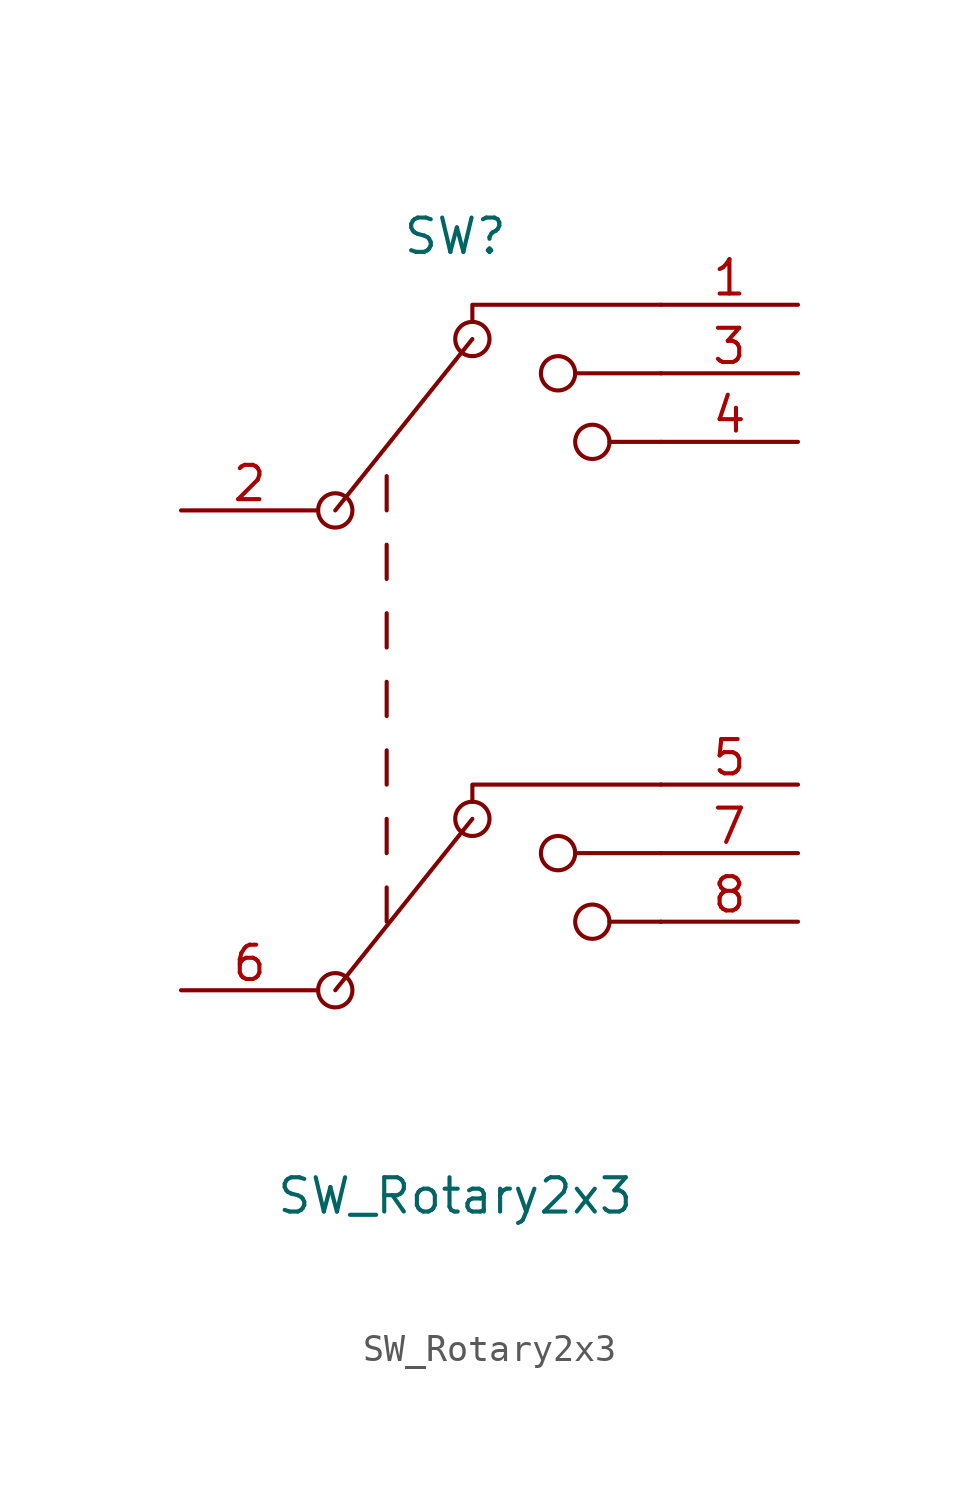
<source format=kicad_sym>
(kicad_symbol_lib
  (version 20211014)
  (generator kicad_symbol_editor)
  (symbol "SW_Rotary2x3"
    (pin_names
      (offset 1.016) hide)
    (property "Reference" "SW"
      (at 0 17.78 0)
      (effects (font (size 1.27 1.27))))
    (property "Value" "SW_Rotary2x3"
      (at 0 -17.78 0)
      (effects (font (size 1.27 1.27))))
    (symbol "SW_Rotary2x3_0_0"
      (circle (center -4.445 -10.16) (radius 0.635) (stroke (width 0) (type default) (color 0 0 0 0)) (fill (type none)))
      (circle (center -4.445 7.62) (radius 0.635) (stroke (width 0) (type default) (color 0 0 0 0)) (fill (type none)))
      (polyline (pts (xy -4.445 -10.16) (xy 0.635 -3.81)) (stroke (width 0) (type default) (color 0 0 0 0)) (fill (type none)))
      (polyline (pts (xy -4.445 7.62) (xy 0.635 13.97)) (stroke (width 0) (type default) (color 0 0 0 0)) (fill (type none)))
      (polyline (pts (xy -2.54 -7.62) (xy -2.54 -6.35)) (stroke (width 0) (type default) (color 0 0 0 0)) (fill (type none)))
      (polyline (pts (xy -2.54 -5.08) (xy -2.54 -3.81)) (stroke (width 0) (type default) (color 0 0 0 0)) (fill (type none)))
      (polyline (pts (xy -2.54 -2.54) (xy -2.54 -1.27)) (stroke (width 0) (type default) (color 0 0 0 0)) (fill (type none)))
      (polyline (pts (xy -2.54 0) (xy -2.54 1.27)) (stroke (width 0) (type default) (color 0 0 0 0)) (fill (type none)))
      (polyline (pts (xy -2.54 2.54) (xy -2.54 3.81)) (stroke (width 0) (type default) (color 0 0 0 0)) (fill (type none)))
      (polyline (pts (xy -2.54 5.08) (xy -2.54 6.35)) (stroke (width 0) (type default) (color 0 0 0 0)) (fill (type none)))
      (polyline (pts (xy -2.54 7.62) (xy -2.54 8.89)) (stroke (width 0) (type default) (color 0 0 0 0)) (fill (type none)))
      (polyline (pts (xy 4.445 -5.08) (xy 7.62 -5.08)) (stroke (width 0) (type default) (color 0 0 0 0)) (fill (type none)))
      (polyline (pts (xy 4.445 12.7) (xy 7.62 12.7)) (stroke (width 0) (type default) (color 0 0 0 0)) (fill (type none)))
      (polyline (pts (xy 5.715 -7.62) (xy 7.62 -7.62)) (stroke (width 0) (type default) (color 0 0 0 0)) (fill (type none)))
      (polyline (pts (xy 5.715 10.16) (xy 7.62 10.16)) (stroke (width 0) (type default) (color 0 0 0 0)) (fill (type none)))
      (polyline (pts (xy 0.635 -3.175) (xy 0.635 -2.54) (xy 7.62 -2.54)) (stroke (width 0) (type default) (color 0 0 0 0)) (fill (type none)))
      (polyline (pts (xy 0.635 14.605) (xy 0.635 15.24) (xy 7.62 15.24)) (stroke (width 0) (type default) (color 0 0 0 0)) (fill (type none)))
      (circle (center 0.635 -3.81) (radius 0.635) (stroke (width 0) (type default) (color 0 0 0 0)) (fill (type none)))
      (circle (center 0.635 13.97) (radius 0.635) (stroke (width 0) (type default) (color 0 0 0 0)) (fill (type none)))
      (circle (center 3.81 -5.08) (radius 0.635) (stroke (width 0) (type default) (color 0 0 0 0)) (fill (type none)))
      (circle (center 3.81 12.7) (radius 0.635) (stroke (width 0) (type default) (color 0 0 0 0)) (fill (type none)))
      (circle (center 5.08 -7.62) (radius 0.635) (stroke (width 0) (type default) (color 0 0 0 0)) (fill (type none)))
      (circle (center 5.08 10.16) (radius 0.635) (stroke (width 0) (type default) (color 0 0 0 0)) (fill (type none))))
    (symbol "SW_Rotary2x3_0_1"
      (pin passive line (at 12.7 15.24 180) (length 5.08) (name "1-1" (effects (font (size 1.27 1.27)))) (number "1" (effects (font (size 1.27 1.27)))))
      (pin passive line (at -10.16 7.62 0) (length 5.08) (name "C1" (effects (font (size 1.27 1.27)))) (number "2" (effects (font (size 1.27 1.27)))))
      (pin passive line (at 12.7 12.7 180) (length 5.08) (name "1-2" (effects (font (size 1.27 1.27)))) (number "3" (effects (font (size 1.27 1.27)))))
      (pin passive line (at 12.7 10.16 180) (length 5.08) (name "1-3" (effects (font (size 1.27 1.27)))) (number "4" (effects (font (size 1.27 1.27)))))
      (pin passive line (at 12.7 -2.54 180) (length 5.08) (name "2-1" (effects (font (size 1.27 1.27)))) (number "5" (effects (font (size 1.27 1.27)))))
      (pin passive line (at -10.16 -10.16 0) (length 5.08) (name "C2" (effects (font (size 1.27 1.27)))) (number "6" (effects (font (size 1.27 1.27)))))
      (pin passive line (at 12.7 -5.08 180) (length 5.08) (name "2-2" (effects (font (size 1.27 1.27)))) (number "7" (effects (font (size 1.27 1.27)))))
      (pin passive line (at 12.7 -7.62 180) (length 5.08) (name "2-3" (effects (font (size 1.27 1.27)))) (number "8" (effects (font (size 1.27 1.27))))))))
</source>
